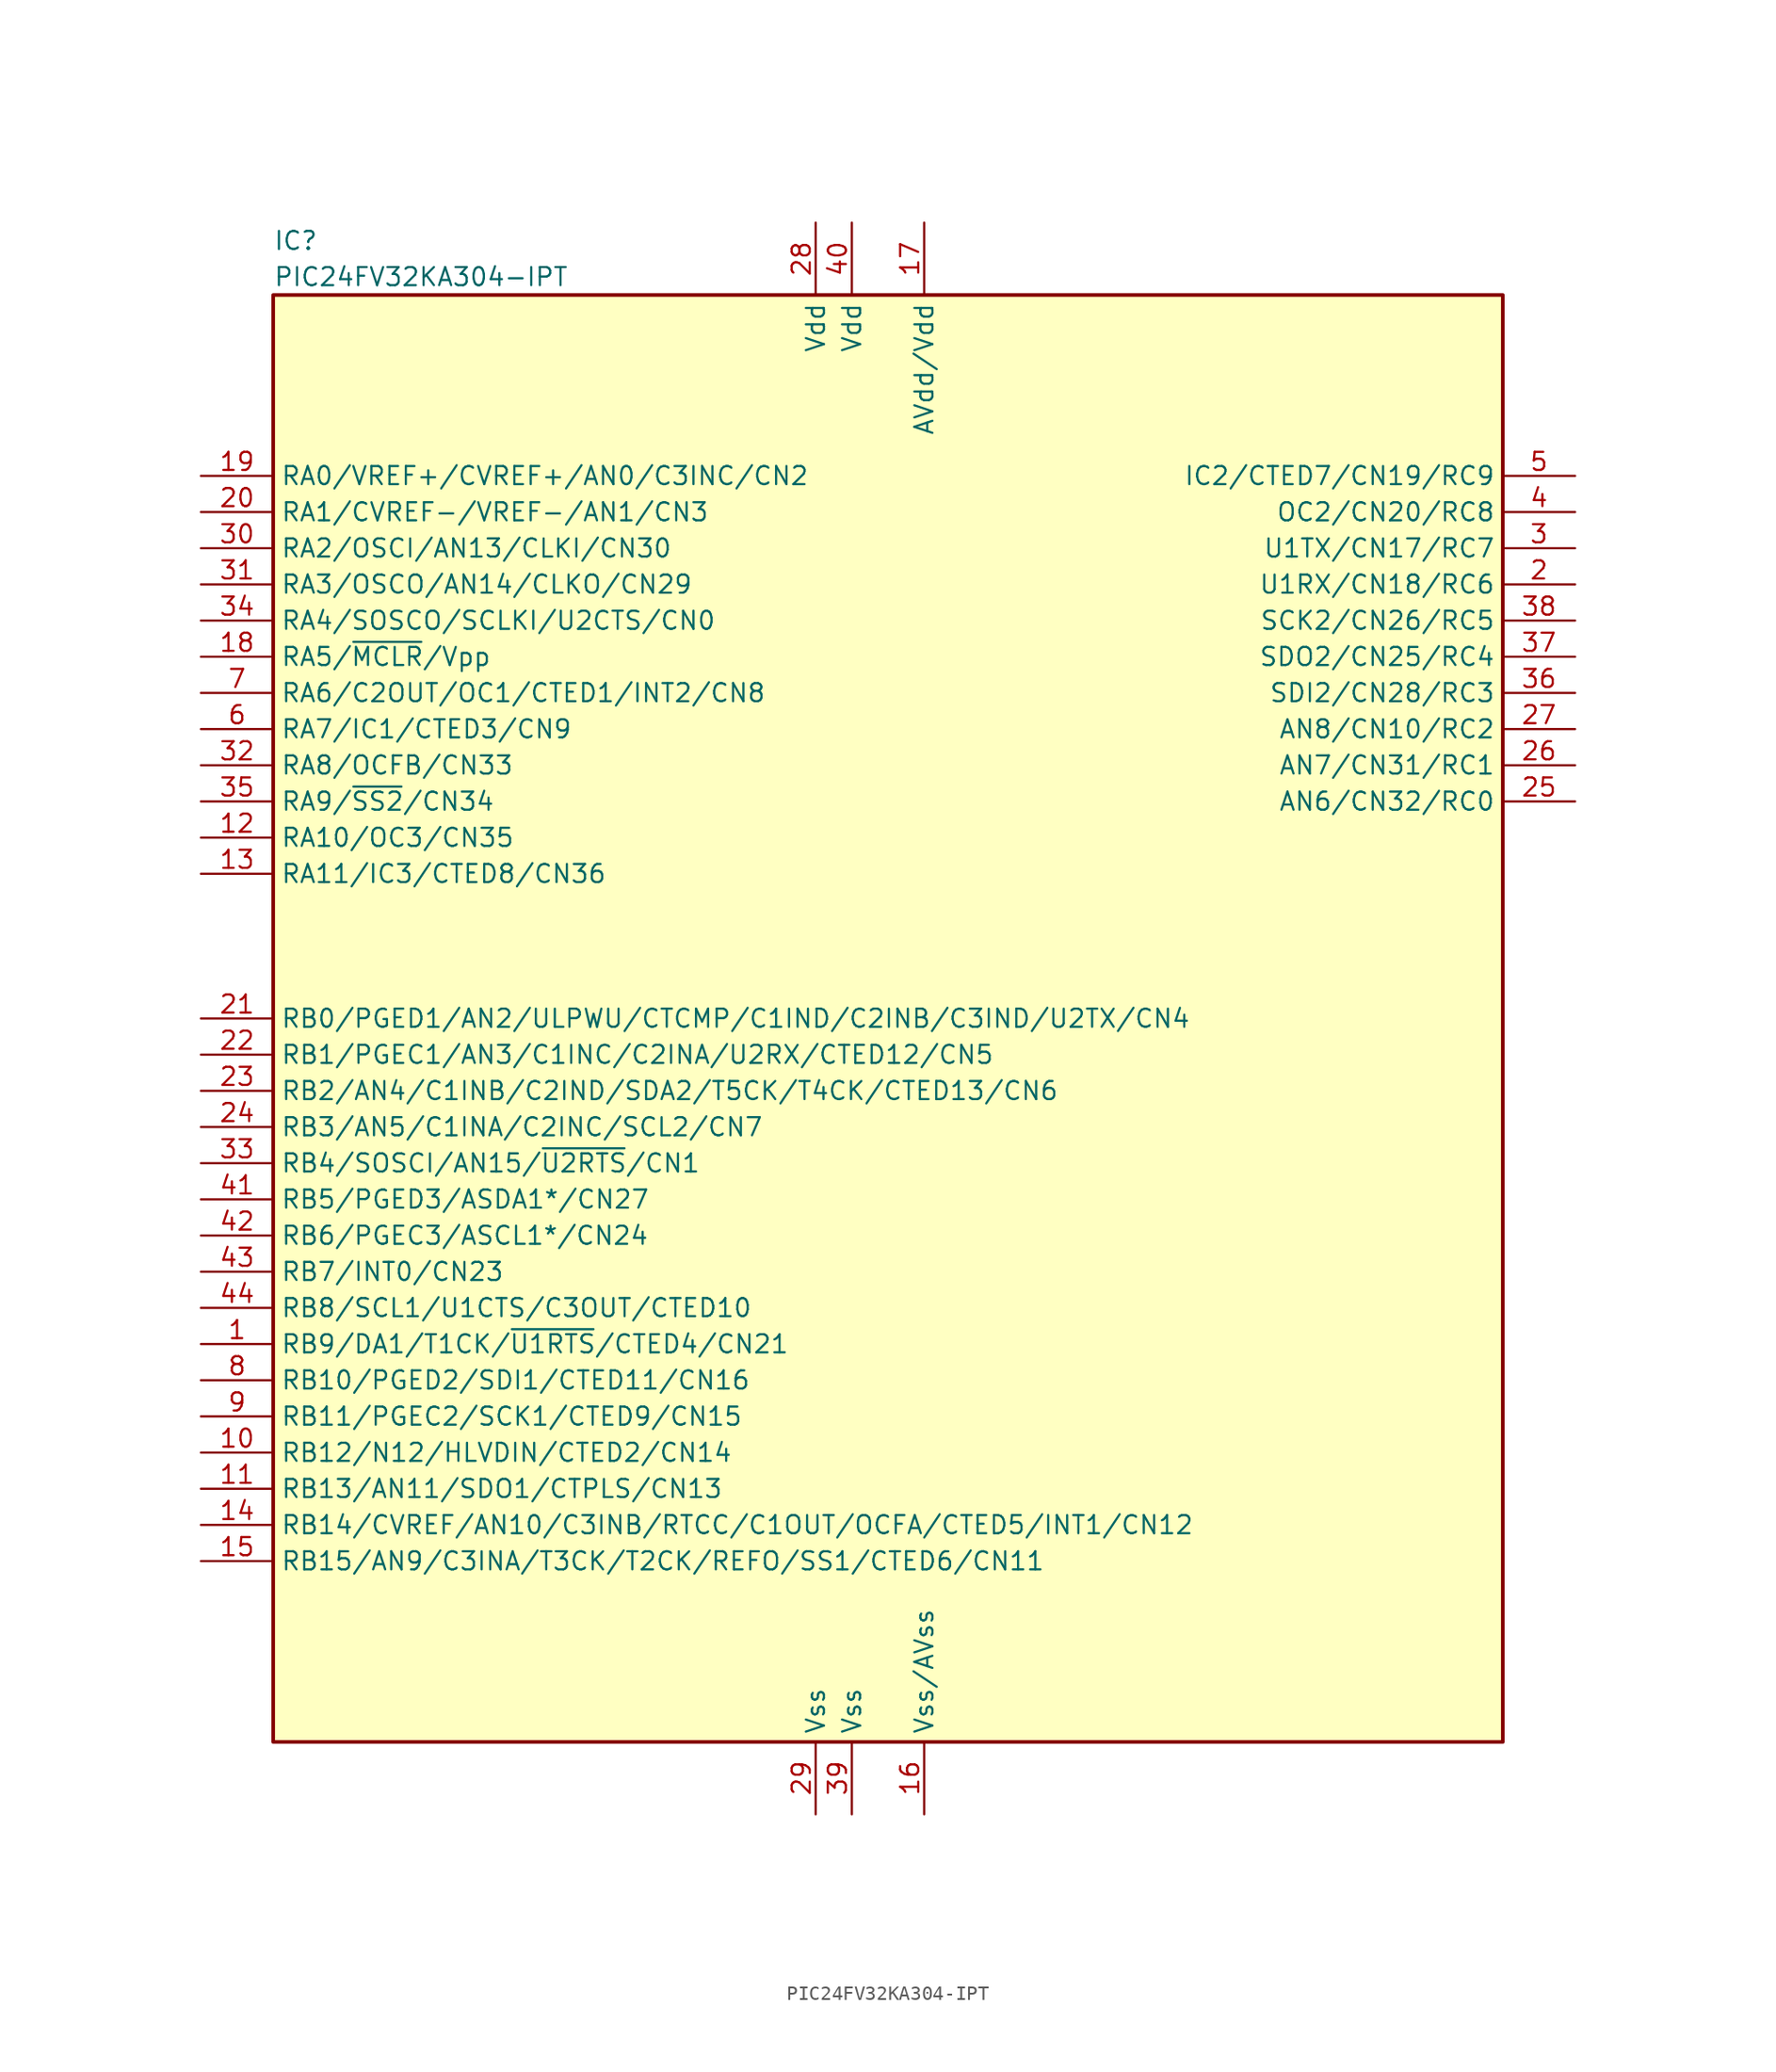
<source format=kicad_sym>
(kicad_symbol_lib
  (version 20201005)
  (generator kicad_symbol_editor)
  (symbol "PIC24FV32KA304-IPT"
    (property "Reference" "IC"
      (at -43.18 54.61 0)
      (effects (font (size 1.27 1.27)) (justify left)))
    (property "Value" "PIC24FV32KA304-IPT"
      (at -43.18 52.07 0)
      (effects (font (size 1.27 1.27)) (justify left)))
    (symbol "PIC24FV32KA304-IPT_1_0"
      (rectangle (start -43.18 -50.8) (end 43.18 50.8) (stroke (width 0.254)) (fill (type background))))
    (symbol "PIC24FV32KA304-IPT_1_1"
      (pin bidirectional line (at -48.26 -22.86 0) (length 5.08) (name "RB9/DA1/T1CK/~U1RTS~/CTED4/CN21" (effects (font (size 1.27 1.27)))) (number "1" (effects (font (size 1.27 1.27)))))
      (pin bidirectional line (at -48.26 -30.48 0) (length 5.08) (name "RB12/N12/HLVDIN/CTED2/CN14" (effects (font (size 1.27 1.27)))) (number "10" (effects (font (size 1.27 1.27)))))
      (pin bidirectional line (at -48.26 -33.02 0) (length 5.08) (name "RB13/AN11/SDO1/CTPLS/CN13" (effects (font (size 1.27 1.27)))) (number "11" (effects (font (size 1.27 1.27)))))
      (pin bidirectional line (at -48.26 12.7 0) (length 5.08) (name "RA10/OC3/CN35" (effects (font (size 1.27 1.27)))) (number "12" (effects (font (size 1.27 1.27)))))
      (pin bidirectional line (at -48.26 10.16 0) (length 5.08) (name "RA11/IC3/CTED8/CN36" (effects (font (size 1.27 1.27)))) (number "13" (effects (font (size 1.27 1.27)))))
      (pin bidirectional line (at -48.26 -35.56 0) (length 5.08) (name "RB14/CVREF/AN10/C3INB/RTCC/C1OUT/OCFA/CTED5/INT1/CN12" (effects (font (size 1.27 1.27)))) (number "14" (effects (font (size 1.27 1.27)))))
      (pin bidirectional line (at -48.26 -38.1 0) (length 5.08) (name "RB15/AN9/C3INA/T3CK/T2CK/REFO/SS1/CTED6/CN11" (effects (font (size 1.27 1.27)))) (number "15" (effects (font (size 1.27 1.27)))))
      (pin power_in line (at 2.54 -55.88 90) (length 5.08) (name "Vss/AVss" (effects (font (size 1.27 1.27)))) (number "16" (effects (font (size 1.27 1.27)))))
      (pin power_in line (at 2.54 55.88 270) (length 5.08) (name "AVdd/Vdd" (effects (font (size 1.27 1.27)))) (number "17" (effects (font (size 1.27 1.27)))))
      (pin bidirectional line (at -48.26 25.4 0) (length 5.08) (name "RA5/~MCLR~/Vpp" (effects (font (size 1.27 1.27)))) (number "18" (effects (font (size 1.27 1.27)))))
      (pin bidirectional line (at -48.26 38.1 0) (length 5.08) (name "RA0/VREF+/CVREF+/AN0/C3INC/CN2" (effects (font (size 1.27 1.27)))) (number "19" (effects (font (size 1.27 1.27)))))
      (pin bidirectional line (at 48.26 30.48 180) (length 5.08) (name "U1RX/CN18/RC6" (effects (font (size 1.27 1.27)))) (number "2" (effects (font (size 1.27 1.27)))))
      (pin bidirectional line (at -48.26 35.56 0) (length 5.08) (name "RA1/CVREF-/VREF-/AN1/CN3" (effects (font (size 1.27 1.27)))) (number "20" (effects (font (size 1.27 1.27)))))
      (pin bidirectional line (at -48.26 0 0) (length 5.08) (name "RB0/PGED1/AN2/ULPWU/CTCMP/C1IND/C2INB/C3IND/U2TX/CN4" (effects (font (size 1.27 1.27)))) (number "21" (effects (font (size 1.27 1.27)))))
      (pin bidirectional line (at -48.26 -2.54 0) (length 5.08) (name "RB1/PGEC1/AN3/C1INC/C2INA/U2RX/CTED12/CN5" (effects (font (size 1.27 1.27)))) (number "22" (effects (font (size 1.27 1.27)))))
      (pin bidirectional line (at -48.26 -5.08 0) (length 5.08) (name "RB2/AN4/C1INB/C2IND/SDA2/T5CK/T4CK/CTED13/CN6" (effects (font (size 1.27 1.27)))) (number "23" (effects (font (size 1.27 1.27)))))
      (pin bidirectional line (at -48.26 -7.62 0) (length 5.08) (name "RB3/AN5/C1INA/C2INC/SCL2/CN7" (effects (font (size 1.27 1.27)))) (number "24" (effects (font (size 1.27 1.27)))))
      (pin bidirectional line (at 48.26 15.24 180) (length 5.08) (name "AN6/CN32/RC0" (effects (font (size 1.27 1.27)))) (number "25" (effects (font (size 1.27 1.27)))))
      (pin bidirectional line (at 48.26 17.78 180) (length 5.08) (name "AN7/CN31/RC1" (effects (font (size 1.27 1.27)))) (number "26" (effects (font (size 1.27 1.27)))))
      (pin bidirectional line (at 48.26 20.32 180) (length 5.08) (name "AN8/CN10/RC2" (effects (font (size 1.27 1.27)))) (number "27" (effects (font (size 1.27 1.27)))))
      (pin power_in line (at -5.08 55.88 270) (length 5.08) (name "Vdd" (effects (font (size 1.27 1.27)))) (number "28" (effects (font (size 1.27 1.27)))))
      (pin power_in line (at -5.08 -55.88 90) (length 5.08) (name "Vss" (effects (font (size 1.27 1.27)))) (number "29" (effects (font (size 1.27 1.27)))))
      (pin bidirectional line (at 48.26 33.02 180) (length 5.08) (name "U1TX/CN17/RC7" (effects (font (size 1.27 1.27)))) (number "3" (effects (font (size 1.27 1.27)))))
      (pin bidirectional line (at -48.26 33.02 0) (length 5.08) (name "RA2/OSCI/AN13/CLKI/CN30" (effects (font (size 1.27 1.27)))) (number "30" (effects (font (size 1.27 1.27)))))
      (pin bidirectional line (at -48.26 30.48 0) (length 5.08) (name "RA3/OSCO/AN14/CLKO/CN29" (effects (font (size 1.27 1.27)))) (number "31" (effects (font (size 1.27 1.27)))))
      (pin bidirectional line (at -48.26 17.78 0) (length 5.08) (name "RA8/OCFB/CN33" (effects (font (size 1.27 1.27)))) (number "32" (effects (font (size 1.27 1.27)))))
      (pin bidirectional line (at -48.26 -10.16 0) (length 5.08) (name "RB4/SOSCI/AN15/~U2RTS~/CN1" (effects (font (size 1.27 1.27)))) (number "33" (effects (font (size 1.27 1.27)))))
      (pin bidirectional line (at -48.26 27.94 0) (length 5.08) (name "RA4/SOSCO/SCLKI/U2CTS/CN0" (effects (font (size 1.27 1.27)))) (number "34" (effects (font (size 1.27 1.27)))))
      (pin bidirectional line (at -48.26 15.24 0) (length 5.08) (name "RA9/~SS2~/CN34" (effects (font (size 1.27 1.27)))) (number "35" (effects (font (size 1.27 1.27)))))
      (pin bidirectional line (at 48.26 22.86 180) (length 5.08) (name "SDI2/CN28/RC3" (effects (font (size 1.27 1.27)))) (number "36" (effects (font (size 1.27 1.27)))))
      (pin bidirectional line (at 48.26 25.4 180) (length 5.08) (name "SDO2/CN25/RC4" (effects (font (size 1.27 1.27)))) (number "37" (effects (font (size 1.27 1.27)))))
      (pin bidirectional line (at 48.26 27.94 180) (length 5.08) (name "SCK2/CN26/RC5" (effects (font (size 1.27 1.27)))) (number "38" (effects (font (size 1.27 1.27)))))
      (pin power_in line (at -2.54 -55.88 90) (length 5.08) (name "Vss" (effects (font (size 1.27 1.27)))) (number "39" (effects (font (size 1.27 1.27)))))
      (pin bidirectional line (at 48.26 35.56 180) (length 5.08) (name "OC2/CN20/RC8" (effects (font (size 1.27 1.27)))) (number "4" (effects (font (size 1.27 1.27)))))
      (pin power_in line (at -2.54 55.88 270) (length 5.08) (name "Vdd" (effects (font (size 1.27 1.27)))) (number "40" (effects (font (size 1.27 1.27)))))
      (pin bidirectional line (at -48.26 -12.7 0) (length 5.08) (name "RB5/PGED3/ASDA1*/CN27" (effects (font (size 1.27 1.27)))) (number "41" (effects (font (size 1.27 1.27)))))
      (pin bidirectional line (at -48.26 -15.24 0) (length 5.08) (name "RB6/PGEC3/ASCL1*/CN24" (effects (font (size 1.27 1.27)))) (number "42" (effects (font (size 1.27 1.27)))))
      (pin bidirectional line (at -48.26 -17.78 0) (length 5.08) (name "RB7/INT0/CN23" (effects (font (size 1.27 1.27)))) (number "43" (effects (font (size 1.27 1.27)))))
      (pin bidirectional line (at -48.26 -20.32 0) (length 5.08) (name "RB8/SCL1/U1CTS/C3OUT/CTED10" (effects (font (size 1.27 1.27)))) (number "44" (effects (font (size 1.27 1.27)))))
      (pin bidirectional line (at 48.26 38.1 180) (length 5.08) (name "IC2/CTED7/CN19/RC9" (effects (font (size 1.27 1.27)))) (number "5" (effects (font (size 1.27 1.27)))))
      (pin bidirectional line (at -48.26 20.32 0) (length 5.08) (name "RA7/IC1/CTED3/CN9" (effects (font (size 1.27 1.27)))) (number "6" (effects (font (size 1.27 1.27)))))
      (pin bidirectional line (at -48.26 22.86 0) (length 5.08) (name "RA6/C2OUT/OC1/CTED1/INT2/CN8" (effects (font (size 1.27 1.27)))) (number "7" (effects (font (size 1.27 1.27)))))
      (pin bidirectional line (at -48.26 -25.4 0) (length 5.08) (name "RB10/PGED2/SDI1/CTED11/CN16" (effects (font (size 1.27 1.27)))) (number "8" (effects (font (size 1.27 1.27)))))
      (pin bidirectional line (at -48.26 -27.94 0) (length 5.08) (name "RB11/PGEC2/SCK1/CTED9/CN15" (effects (font (size 1.27 1.27)))) (number "9" (effects (font (size 1.27 1.27))))))))
</source>
